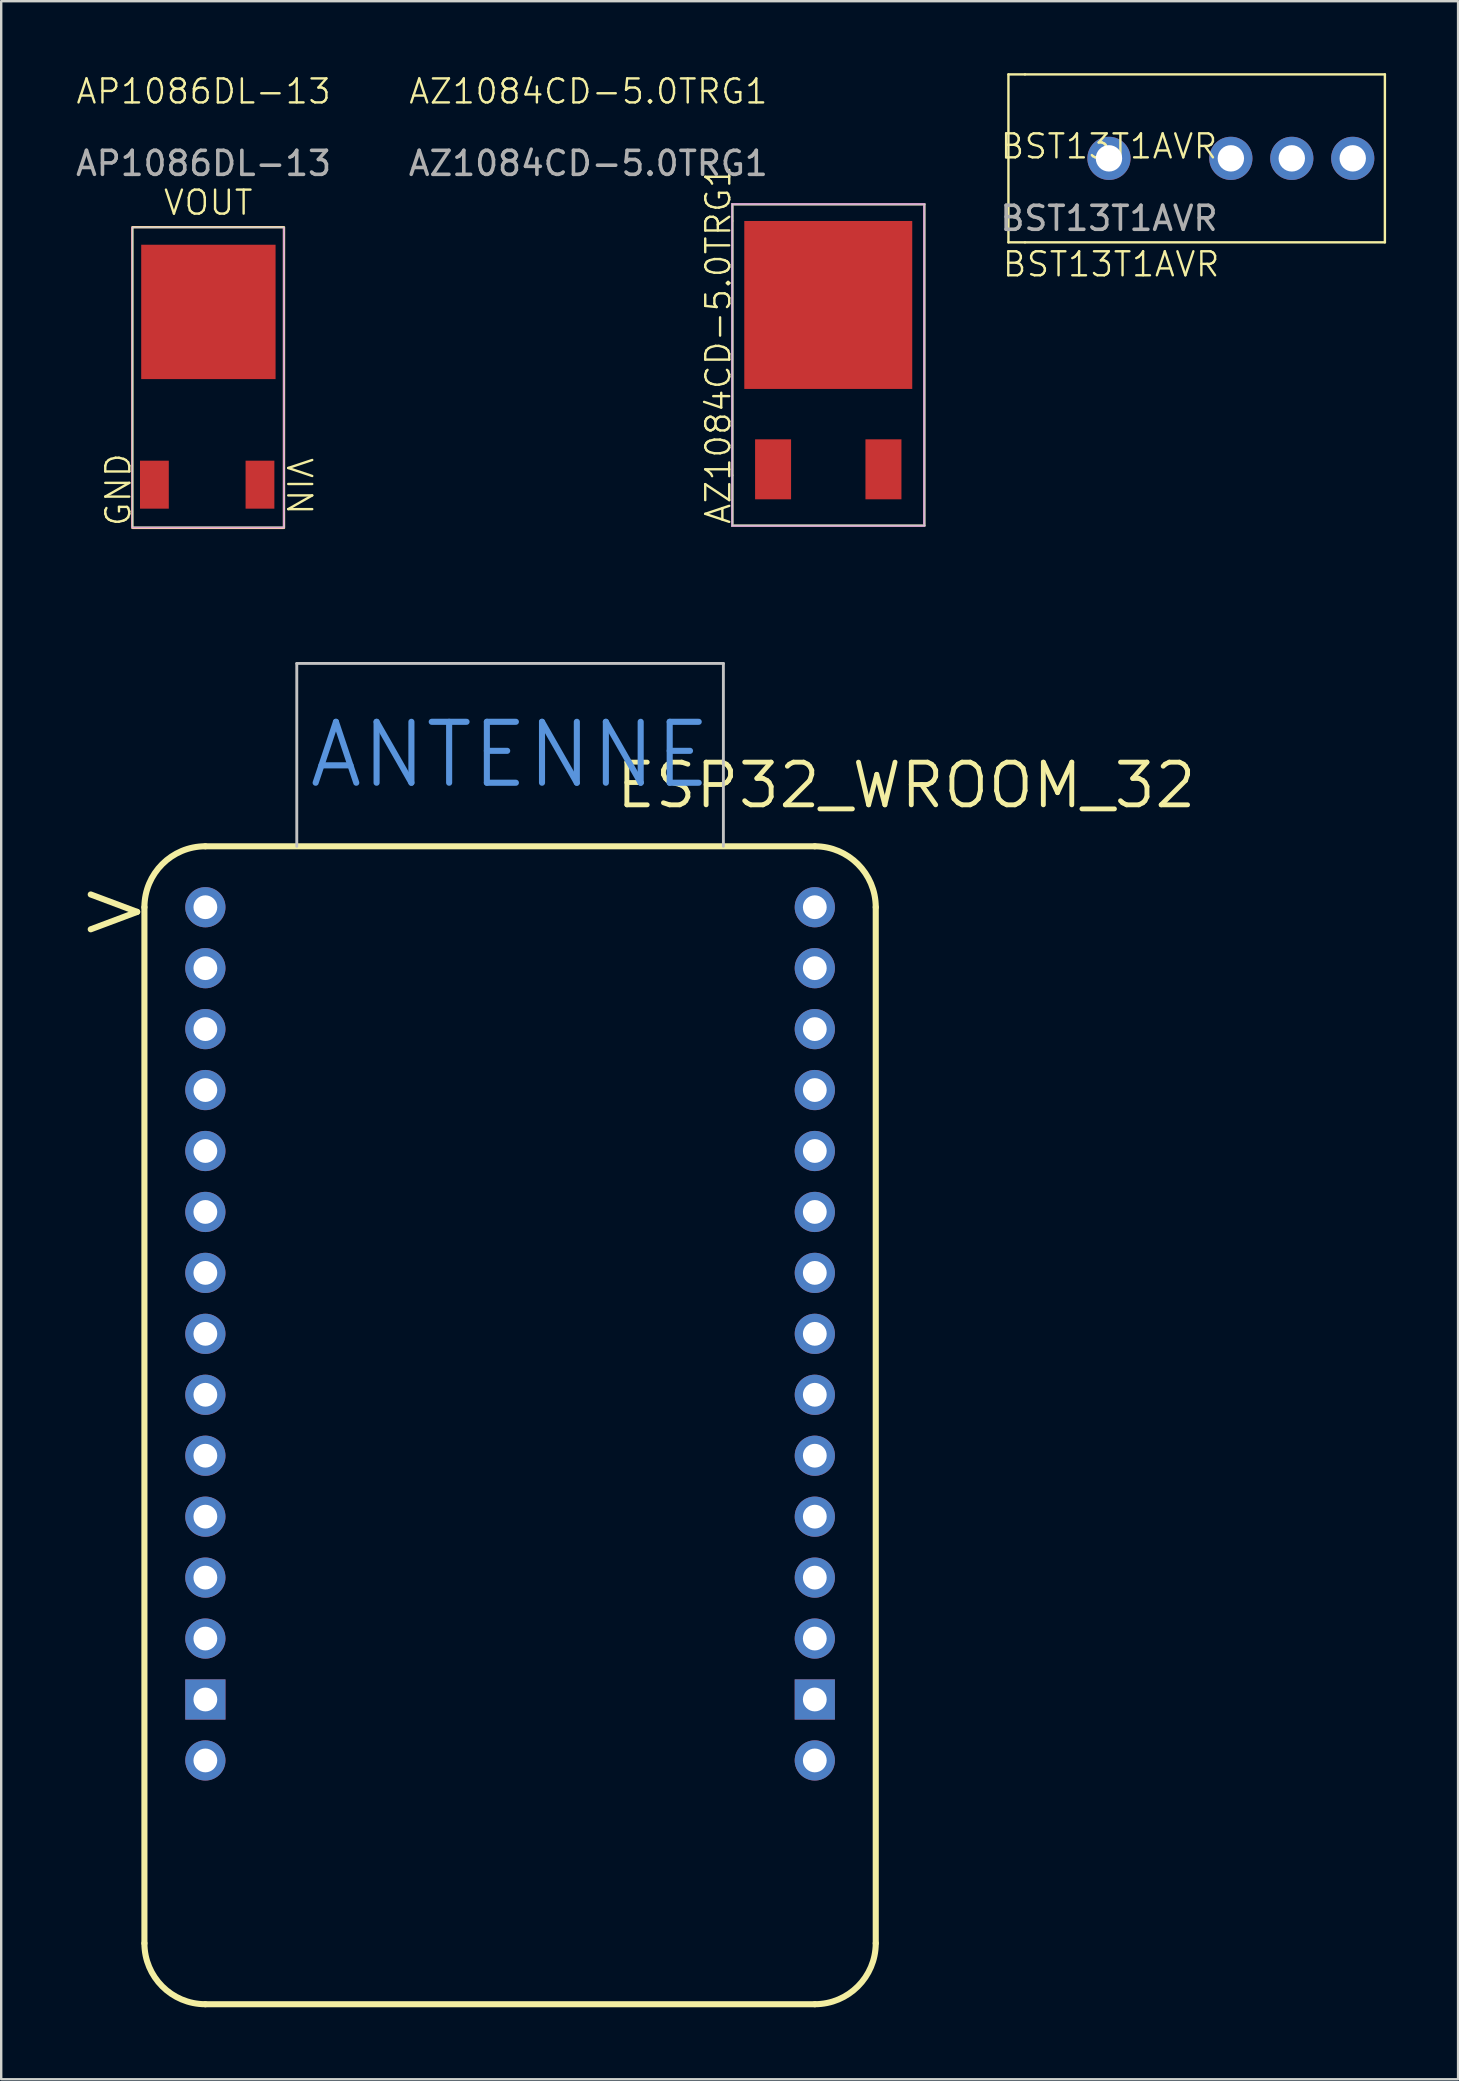
<source format=kicad_pcb>
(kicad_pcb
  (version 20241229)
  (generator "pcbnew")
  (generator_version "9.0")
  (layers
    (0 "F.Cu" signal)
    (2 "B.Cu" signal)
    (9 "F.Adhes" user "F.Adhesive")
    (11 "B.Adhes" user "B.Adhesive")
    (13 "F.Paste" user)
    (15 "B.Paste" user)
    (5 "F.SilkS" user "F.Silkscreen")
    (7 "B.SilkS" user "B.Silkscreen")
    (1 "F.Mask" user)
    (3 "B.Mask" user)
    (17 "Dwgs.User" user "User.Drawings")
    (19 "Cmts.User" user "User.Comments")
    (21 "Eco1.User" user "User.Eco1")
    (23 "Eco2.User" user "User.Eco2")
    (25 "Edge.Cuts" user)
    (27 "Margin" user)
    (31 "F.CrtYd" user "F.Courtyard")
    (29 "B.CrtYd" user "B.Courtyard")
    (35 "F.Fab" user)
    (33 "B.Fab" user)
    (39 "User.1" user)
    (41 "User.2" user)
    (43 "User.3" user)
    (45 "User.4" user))
  (footprint "AP1086DL-13"
    (layer "F.Cu")
    (at 5.435 1.26)
    (property "Reference" "AP1086DL-13" (at 0 -0.5 0) (unlocked yes) (layer "F.SilkS") (effects (font (size 1 1) (thickness 0.1))))
    (attr smd)
    (fp_rect (start -2.97 5.16) (end 3.35 17.69) (stroke (width 0.1) (type default)) (fill no) (layer "F.SilkS"))
    (fp_line (start -2.96 5.16) (end -2.96 17.66) (stroke (width 0.05) (type default)) (layer "Edge.Cuts"))
    (fp_line (start -2.96 17.66) (end 3.35 17.66) (stroke (width 0.05) (type default)) (layer "Edge.Cuts"))
    (fp_line (start 3.35 5.17) (end -2.96 5.17) (stroke (width 0.05) (type default)) (layer "Edge.Cuts"))
    (fp_line (start 3.35 17.66) (end 3.35 5.17) (stroke (width 0.05) (type default)) (layer "Edge.Cuts"))
    (fp_line (start -2.97 5.16) (end 3.35 5.16) (stroke (width 0.1) (type default)) (layer "Margin"))
    (fp_line (start -2.96 17.68) (end -2.96 5.16) (stroke (width 0.1) (type default)) (layer "Margin"))
    (fp_line (start 3.35 5.16) (end 3.35 17.68) (stroke (width 0.1) (type default)) (layer "Margin"))
    (fp_line (start 3.35 17.68) (end -2.96 17.68) (stroke (width 0.1) (type default)) (layer "Margin"))
    (fp_line (start -2.97 5.17) (end -2.97 17.68) (stroke (width 0.05) (type default)) (layer "F.CrtYd"))
    (fp_line (start -2.97 17.68) (end 3.34 17.68) (stroke (width 0.05) (type default)) (layer "F.CrtYd"))
    (fp_line (start 3.34 5.17) (end -2.97 5.17) (stroke (width 0.05) (type default)) (layer "F.CrtYd"))
    (fp_line (start 3.34 17.68) (end 3.34 5.17) (stroke (width 0.05) (type default)) (layer "F.CrtYd"))
    (fp_text user "GND" (at -2.97 17.69 90) (unlocked yes) (layer "F.SilkS") (effects (font (size 1 1) (thickness 0.1)) (justify left bottom)))
    (fp_text user "VIN" (at 3.4 14.7 270) (unlocked yes) (layer "F.SilkS") (effects (font (size 1 1) (thickness 0.1)) (justify left bottom)))
    (fp_text user "VOUT" (at -1.73 4.72 0) (unlocked yes) (layer "F.SilkS") (effects (font (size 1 1) (thickness 0.1)) (justify left bottom)))
    (fp_text user "${REFERENCE}" (at 0 2.5 0) (unlocked yes) (layer "F.Fab") (effects (font (size 1 1) (thickness 0.15))))
    (pad "1" smd rect (at -2.05 15.89 90) (size 2 1.2) (layers "F.Cu" "F.Mask" "F.Paste"))
    (pad "2" smd rect (at 0.2 8.69) (size 5.6 5.6) (layers "F.Cu" "F.Mask" "F.Paste"))
    (pad "3" smd rect (at 2.35 15.89 90) (size 2 1.2) (layers "F.Cu" "F.Mask" "F.Paste")))
  (footprint "ESP32_WROOM_32"
    (layer "F.Cu")
    (at 18.209 34.761)
    (property "Reference" "ESP32_WROOM_32" (at 16.51 -5.08 0) (layer "F.SilkS") (effects (font (size 1.778 1.778) (thickness 0.203))))
    (attr through_hole)
    (fp_line (start -15.24 43.18) (end -15.24 0) (stroke (width 0.254) (type default)) (layer "F.SilkS"))
    (fp_line (start -12.7 45.72) (end 12.7 45.72) (stroke (width 0.254) (type default)) (layer "F.SilkS"))
    (fp_line (start 12.7 -2.54) (end -12.7 -2.54) (stroke (width 0.254) (type solid)) (layer "F.SilkS"))
    (fp_line (start 15.24 43.18) (end 15.24 0) (stroke (width 0.254) (type default)) (layer "F.SilkS"))
    (fp_arc (start -15.24 0) (mid -14.496051 -1.796051) (end -12.7 -2.54) (stroke (width 0.254) (type solid)) (layer "F.SilkS"))
    (fp_arc (start -12.7 45.72) (mid -14.496051 44.976051) (end -15.24 43.18) (stroke (width 0.254) (type default)) (layer "F.SilkS"))
    (fp_arc (start 12.7 -2.54) (mid 14.496051 -1.796051) (end 15.24 0) (stroke (width 0.254) (type solid)) (layer "F.SilkS"))
    (fp_arc (start 15.24 43.18) (mid 14.496051 44.976051) (end 12.7 45.72) (stroke (width 0.254) (type default)) (layer "F.SilkS"))
    (fp_line (start -8.89 -10.16) (end 8.89 -10.16) (stroke (width 0.12) (type solid)) (layer "Dwgs.User"))
    (fp_line (start -8.89 -2.54) (end -8.89 -10.16) (stroke (width 0.12) (type solid)) (layer "Dwgs.User"))
    (fp_line (start 8.89 -10.16) (end 8.89 -2.54) (stroke (width 0.12) (type solid)) (layer "Dwgs.User"))
    (fp_line (start -12.7 -12.7) (end -12.7 -2.54) (stroke (width 0.12) (type solid)) (layer "Eco1.User"))
    (fp_line (start -12.7 -2.54) (end -10.16 -12.7) (stroke (width 0.12) (type solid)) (layer "Eco1.User"))
    (fp_line (start -11.43 -12.7) (end -12.7 -8.89) (stroke (width 0.12) (type solid)) (layer "Eco1.User"))
    (fp_line (start -11.43 -2.54) (end -10.16 -2.54) (stroke (width 0.12) (type solid)) (layer "Eco1.User"))
    (fp_line (start -10.16 -12.7) (end -8.89 -12.7) (stroke (width 0.12) (type solid)) (layer "Eco1.User"))
    (fp_line (start -10.16 -2.54) (end -7.62 -12.7) (stroke (width 0.12) (type solid)) (layer "Eco1.User"))
    (fp_line (start -8.89 -12.7) (end -11.43 -2.54) (stroke (width 0.12) (type solid)) (layer "Eco1.User"))
    (fp_line (start -8.89 -2.54) (end -7.62 -2.54) (stroke (width 0.12) (type solid)) (layer "Eco1.User"))
    (fp_line (start -7.62 -12.7) (end -6.35 -12.7) (stroke (width 0.12) (type solid)) (layer "Eco1.User"))
    (fp_line (start -7.62 -2.54) (end -5.08 -12.7) (stroke (width 0.12) (type solid)) (layer "Eco1.User"))
    (fp_line (start -6.35 -12.7) (end -8.89 -2.54) (stroke (width 0.12) (type solid)) (layer "Eco1.User"))
    (fp_line (start -6.35 -2.54) (end -5.08 -2.54) (stroke (width 0.12) (type solid)) (layer "Eco1.User"))
    (fp_line (start -5.08 -12.7) (end -3.81 -12.7) (stroke (width 0.12) (type solid)) (layer "Eco1.User"))
    (fp_line (start -5.08 -2.54) (end -2.54 -12.7) (stroke (width 0.12) (type solid)) (layer "Eco1.User"))
    (fp_line (start -3.81 -12.7) (end -6.35 -2.54) (stroke (width 0.12) (type solid)) (layer "Eco1.User"))
    (fp_line (start -3.81 -2.54) (end -2.54 -2.54) (stroke (width 0.12) (type solid)) (layer "Eco1.User"))
    (fp_line (start -2.54 -12.7) (end -1.27 -12.7) (stroke (width 0.12) (type solid)) (layer "Eco1.User"))
    (fp_line (start -2.54 -2.54) (end 0 -12.7) (stroke (width 0.12) (type solid)) (layer "Eco1.User"))
    (fp_line (start -1.27 -12.7) (end -3.81 -2.54) (stroke (width 0.12) (type solid)) (layer "Eco1.User"))
    (fp_line (start -1.27 -2.54) (end 0 -2.54) (stroke (width 0.12) (type solid)) (layer "Eco1.User"))
    (fp_line (start 0 -12.7) (end 1.27 -12.7) (stroke (width 0.12) (type solid)) (layer "Eco1.User"))
    (fp_line (start 0 -2.54) (end 2.54 -12.7) (stroke (width 0.12) (type solid)) (layer "Eco1.User"))
    (fp_line (start 1.27 -12.7) (end -1.27 -2.54) (stroke (width 0.12) (type solid)) (layer "Eco1.User"))
    (fp_line (start 1.27 -2.54) (end 2.54 -2.54) (stroke (width 0.12) (type solid)) (layer "Eco1.User"))
    (fp_line (start 2.54 -12.7) (end 3.81 -12.7) (stroke (width 0.12) (type solid)) (layer "Eco1.User"))
    (fp_line (start 2.54 -2.54) (end 5.08 -12.7) (stroke (width 0.12) (type solid)) (layer "Eco1.User"))
    (fp_line (start 3.81 -12.7) (end 1.27 -2.54) (stroke (width 0.12) (type solid)) (layer "Eco1.User"))
    (fp_line (start 3.81 -2.54) (end 5.08 -2.54) (stroke (width 0.12) (type solid)) (layer "Eco1.User"))
    (fp_line (start 5.08 -12.7) (end 6.35 -12.7) (stroke (width 0.12) (type solid)) (layer "Eco1.User"))
    (fp_line (start 5.08 -2.54) (end 7.62 -12.7) (stroke (width 0.12) (type solid)) (layer "Eco1.User"))
    (fp_line (start 6.35 -12.7) (end 3.81 -2.54) (stroke (width 0.12) (type solid)) (layer "Eco1.User"))
    (fp_line (start 6.35 -2.54) (end 7.62 -2.54) (stroke (width 0.12) (type solid)) (layer "Eco1.User"))
    (fp_line (start 7.62 -12.7) (end 8.89 -12.7) (stroke (width 0.12) (type solid)) (layer "Eco1.User"))
    (fp_line (start 7.62 -2.54) (end 10.16 -12.7) (stroke (width 0.12) (type solid)) (layer "Eco1.User"))
    (fp_line (start 8.89 -12.7) (end 6.35 -2.54) (stroke (width 0.12) (type solid)) (layer "Eco1.User"))
    (fp_line (start 8.89 -2.54) (end 10.16 -2.54) (stroke (width 0.12) (type solid)) (layer "Eco1.User"))
    (fp_line (start 10.16 -12.7) (end 11.43 -12.7) (stroke (width 0.12) (type solid)) (layer "Eco1.User"))
    (fp_line (start 10.16 -2.54) (end 12.7 -11.43) (stroke (width 0.12) (type solid)) (layer "Eco1.User"))
    (fp_line (start 11.43 -12.7) (end 8.89 -2.54) (stroke (width 0.12) (type solid)) (layer "Eco1.User"))
    (fp_line (start 12.7 -12.7) (end -12.7 -12.7) (stroke (width 0.12) (type solid)) (layer "Eco1.User"))
    (fp_line (start 12.7 -11.43) (end 12.7 -7.62) (stroke (width 0.12) (type solid)) (layer "Eco1.User"))
    (fp_line (start 12.7 -7.62) (end 11.43 -2.54) (stroke (width 0.12) (type solid)) (layer "Eco1.User"))
    (fp_line (start 12.7 -2.54) (end 12.7 -12.7) (stroke (width 0.12) (type solid)) (layer "Eco1.User"))
    (fp_text user ">" (at -16.51 0 0) (layer "F.SilkS") (effects (font (size 2.54 2.54) (thickness 0.254))))
    (fp_text user "ANTENNE" (at 0 -6.35 0) (layer "Cmts.User") (effects (font (size 2.54 2.54) (thickness 0.254))))
    (fp_text user "KEEP OUT" (at -1.27 -10.16 0) (layer "Eco1.User") (effects (font (size 1.524 1.524) (thickness 0.178))))
    (pad "1" thru_hole circle (at 12.7 35.56) (size 1.676 1.676) (drill 0.991) (layers "*.Cu" "*.Mask"))
    (pad "2" thru_hole rect (at 12.7 33.02) (size 1.676 1.676) (drill 0.991) (layers "*.Cu" "*.Mask"))
    (pad "3" thru_hole circle (at 12.7 30.48) (size 1.676 1.676) (drill 0.991) (layers "*.Cu" "*.Mask"))
    (pad "4" thru_hole circle (at 12.7 27.94) (size 1.676 1.676) (drill 0.991) (layers "*.Cu" "*.Mask"))
    (pad "5" thru_hole circle (at 12.7 25.4) (size 1.676 1.676) (drill 0.991) (layers "*.Cu" "*.Mask"))
    (pad "6" thru_hole circle (at 12.7 22.86) (size 1.676 1.676) (drill 0.991) (layers "*.Cu" "*.Mask"))
    (pad "7" thru_hole circle (at 12.7 20.32) (size 1.676 1.676) (drill 0.991) (layers "*.Cu" "*.Mask"))
    (pad "8" thru_hole circle (at 12.7 17.78) (size 1.676 1.676) (drill 0.991) (layers "*.Cu" "*.Mask"))
    (pad "9" thru_hole circle (at 12.7 15.24) (size 1.676 1.676) (drill 0.991) (layers "*.Cu" "*.Mask"))
    (pad "10" thru_hole circle (at 12.7 12.7) (size 1.676 1.676) (drill 0.991) (layers "*.Cu" "*.Mask"))
    (pad "11" thru_hole circle (at 12.7 10.16) (size 1.676 1.676) (drill 0.991) (layers "*.Cu" "*.Mask"))
    (pad "12" thru_hole circle (at 12.7 7.62) (size 1.676 1.676) (drill 0.991) (layers "*.Cu" "*.Mask"))
    (pad "13" thru_hole circle (at 12.7 5.08) (size 1.676 1.676) (drill 0.991) (layers "*.Cu" "*.Mask"))
    (pad "14" thru_hole circle (at 12.7 2.54) (size 1.676 1.676) (drill 0.991) (layers "*.Cu" "*.Mask"))
    (pad "15" thru_hole circle (at 12.7 0) (size 1.676 1.676) (drill 0.991) (layers "*.Cu" "*.Mask"))
    (pad "16" thru_hole circle (at -12.7 35.56) (size 1.676 1.676) (drill 0.991) (layers "*.Cu" "*.Mask"))
    (pad "17" thru_hole trapezoid (at -12.7 33.02) (size 1.676 1.676) (drill 0.991) (layers "*.Cu" "*.Mask"))
    (pad "18" thru_hole circle (at -12.7 30.48) (size 1.676 1.676) (drill 0.991) (layers "*.Cu" "*.Mask"))
    (pad "19" thru_hole circle (at -12.7 27.94) (size 1.676 1.676) (drill 0.991) (layers "*.Cu" "*.Mask"))
    (pad "20" thru_hole circle (at -12.7 25.4) (size 1.676 1.676) (drill 0.991) (layers "*.Cu" "*.Mask"))
    (pad "21" thru_hole circle (at -12.7 22.86) (size 1.676 1.676) (drill 0.991) (layers "*.Cu" "*.Mask"))
    (pad "22" thru_hole circle (at -12.7 20.32) (size 1.676 1.676) (drill 0.991) (layers "*.Cu" "*.Mask"))
    (pad "23" thru_hole circle (at -12.7 17.78) (size 1.676 1.676) (drill 0.991) (layers "*.Cu" "*.Mask"))
    (pad "24" thru_hole circle (at -12.7 15.24) (size 1.676 1.676) (drill 0.991) (layers "*.Cu" "*.Mask"))
    (pad "25" thru_hole circle (at -12.7 12.7) (size 1.676 1.676) (drill 0.991) (layers "*.Cu" "*.Mask"))
    (pad "26" thru_hole circle (at -12.7 10.16) (size 1.676 1.676) (drill 0.991) (layers "*.Cu" "*.Mask"))
    (pad "27" thru_hole circle (at -12.7 7.62) (size 1.676 1.676) (drill 0.991) (layers "*.Cu" "*.Mask"))
    (pad "28" thru_hole circle (at -12.7 5.08) (size 1.676 1.676) (drill 0.991) (layers "*.Cu" "*.Mask"))
    (pad "29" thru_hole circle (at -12.7 2.54) (size 1.676 1.676) (drill 0.991) (layers "*.Cu" "*.Mask"))
    (pad "30" thru_hole circle (at -12.7 0) (size 1.676 1.676) (drill 0.991) (layers "*.Cu" "*.Mask")))
  (footprint "AZ1084CD-5.0TRG1"
    (layer "F.Cu")
    (at 21.47 1.26)
    (property "Reference" "AZ1084CD-5.0TRG1" (at 0 -0.5 0) (unlocked yes) (layer "F.SilkS") (effects (font (size 1 1) (thickness 0.1))))
    (attr smd)
    (fp_line (start 6 4.2) (end 14 4.2) (stroke (width 0.1) (type default)) (layer "F.SilkS"))
    (fp_line (start 6 4.9) (end 6 4.2) (stroke (width 0.1) (type default)) (layer "F.SilkS"))
    (fp_line (start 6 4.9) (end 6 15.5) (stroke (width 0.1) (type default)) (layer "F.SilkS"))
    (fp_line (start 6 15.5) (end 6 17.6) (stroke (width 0.1) (type default)) (layer "F.SilkS"))
    (fp_line (start 6 17.6) (end 14 17.6) (stroke (width 0.1) (type default)) (layer "F.SilkS"))
    (fp_line (start 14 17.6) (end 14 4.2) (stroke (width 0.1) (type default)) (layer "F.SilkS"))
    (fp_line (start 6 4.2) (end 14 4.2) (stroke (width 0.05) (type default)) (layer "Edge.Cuts"))
    (fp_line (start 6 17.6) (end 6 4.2) (stroke (width 0.05) (type default)) (layer "Edge.Cuts"))
    (fp_line (start 14 4.2) (end 14 17.6) (stroke (width 0.05) (type default)) (layer "Edge.Cuts"))
    (fp_line (start 14 17.6) (end 6 17.6) (stroke (width 0.05) (type default)) (layer "Edge.Cuts"))
    (fp_line (start 6 4.2) (end 6 17.6) (stroke (width 0.1) (type default)) (layer "Margin"))
    (fp_line (start 6 17.6) (end 14 17.6) (stroke (width 0.1) (type default)) (layer "Margin"))
    (fp_line (start 14 4.2) (end 6 4.2) (stroke (width 0.1) (type default)) (layer "Margin"))
    (fp_line (start 14 17.6) (end 14 4.2) (stroke (width 0.1) (type default)) (layer "Margin"))
    (fp_line (start 6 4.2) (end 6 17.6) (stroke (width 0.05) (type default)) (layer "F.CrtYd"))
    (fp_line (start 6 17.6) (end 14 17.6) (stroke (width 0.05) (type default)) (layer "F.CrtYd"))
    (fp_line (start 14 4.2) (end 6 4.2) (stroke (width 0.05) (type default)) (layer "F.CrtYd"))
    (fp_line (start 14 17.6) (end 14 4.2) (stroke (width 0.05) (type default)) (layer "F.CrtYd"))
    (fp_line (start 6 4.2) (end 6 17.6) (stroke (width 0.1) (type default)) (layer "F.Fab"))
    (fp_line (start 6 17.6) (end 14 17.6) (stroke (width 0.1) (type default)) (layer "F.Fab"))
    (fp_line (start 14 4.2) (end 6 4.2) (stroke (width 0.1) (type default)) (layer "F.Fab"))
    (fp_line (start 14 17.6) (end 14 4.2) (stroke (width 0.1) (type default)) (layer "F.Fab"))
    (fp_text user "AZ1084CD-5.0TRG1 " (at 6 17.6 90) (unlocked yes) (layer "F.SilkS") (effects (font (size 1 1) (thickness 0.1)) (justify left bottom)))
    (fp_text user "${REFERENCE}" (at 0 2.5 0) (unlocked yes) (layer "F.Fab") (effects (font (size 1 1) (thickness 0.15))))
    (pad "1" smd rect (at 7.7 15.25) (size 1.5 2.5) (layers "F.Cu" "F.Mask" "F.Paste"))
    (pad "2" smd rect (at 10 8.4) (size 7 7) (layers "F.Cu" "F.Mask" "F.Paste"))
    (pad "3" smd rect (at 12.3 15.25) (size 1.5 2.5) (layers "F.Cu" "F.Mask" "F.Paste")))
  (footprint "BST13T1AVR"
    (layer "F.Cu")
    (at 43.169 3.55)
    (property "Reference" "BST13T1AVR" (at 0 -0.5 0) (unlocked yes) (layer "F.SilkS") (effects (font (size 1 1) (thickness 0.1))))
    (attr through_hole)
    (fp_line (start -4.19 -3.5) (end -3.5 -3.5) (stroke (width 0.1) (type default)) (layer "F.SilkS"))
    (fp_line (start -4.19 3.5) (end -4.19 -3.5) (stroke (width 0.1) (type default)) (layer "F.SilkS"))
    (fp_line (start -3.5 -3.5) (end 11.5 -3.5) (stroke (width 0.1) (type default)) (layer "F.SilkS"))
    (fp_line (start -3.5 3.5) (end -4.19 3.5) (stroke (width 0.1) (type default)) (layer "F.SilkS"))
    (fp_line (start 11.5 -3.5) (end 11.5 3.5) (stroke (width 0.1) (type default)) (layer "F.SilkS"))
    (fp_line (start 11.5 3.5) (end -3.5 3.5) (stroke (width 0.1) (type default)) (layer "F.SilkS"))
    (fp_text user "BST13T1AVR" (at -4.5 5 0) (unlocked yes) (layer "F.SilkS") (effects (font (size 1 1) (thickness 0.1)) (justify left bottom)))
    (fp_text user "${REFERENCE}" (at 0 2.5 0) (unlocked yes) (layer "F.Fab") (effects (font (size 1 1) (thickness 0.15))))
    (pad "" np_thru_hole circle (at 0 0) (size 1.8 1.8) (drill 1.1) (layers "*.Cu" "*.Mask"))
    (pad "1" thru_hole circle (at 5.08 0) (size 1.8 1.8) (drill 1.1) (layers "*.Cu" "*.Mask"))
    (pad "2" thru_hole circle (at 7.62 0) (size 1.8 1.8) (drill 1.1) (layers "*.Cu" "*.Mask"))
    (pad "3" thru_hole circle (at 10.16 0) (size 1.8 1.8) (drill 1.1) (layers "*.Cu" "*.Mask")))
  (gr_rect
    (start -3 -3)
    (end 57.719 83.608)
    (stroke (width 0.1) (type default))
    (fill no)
    (layer "Edge.Cuts")))
</source>
